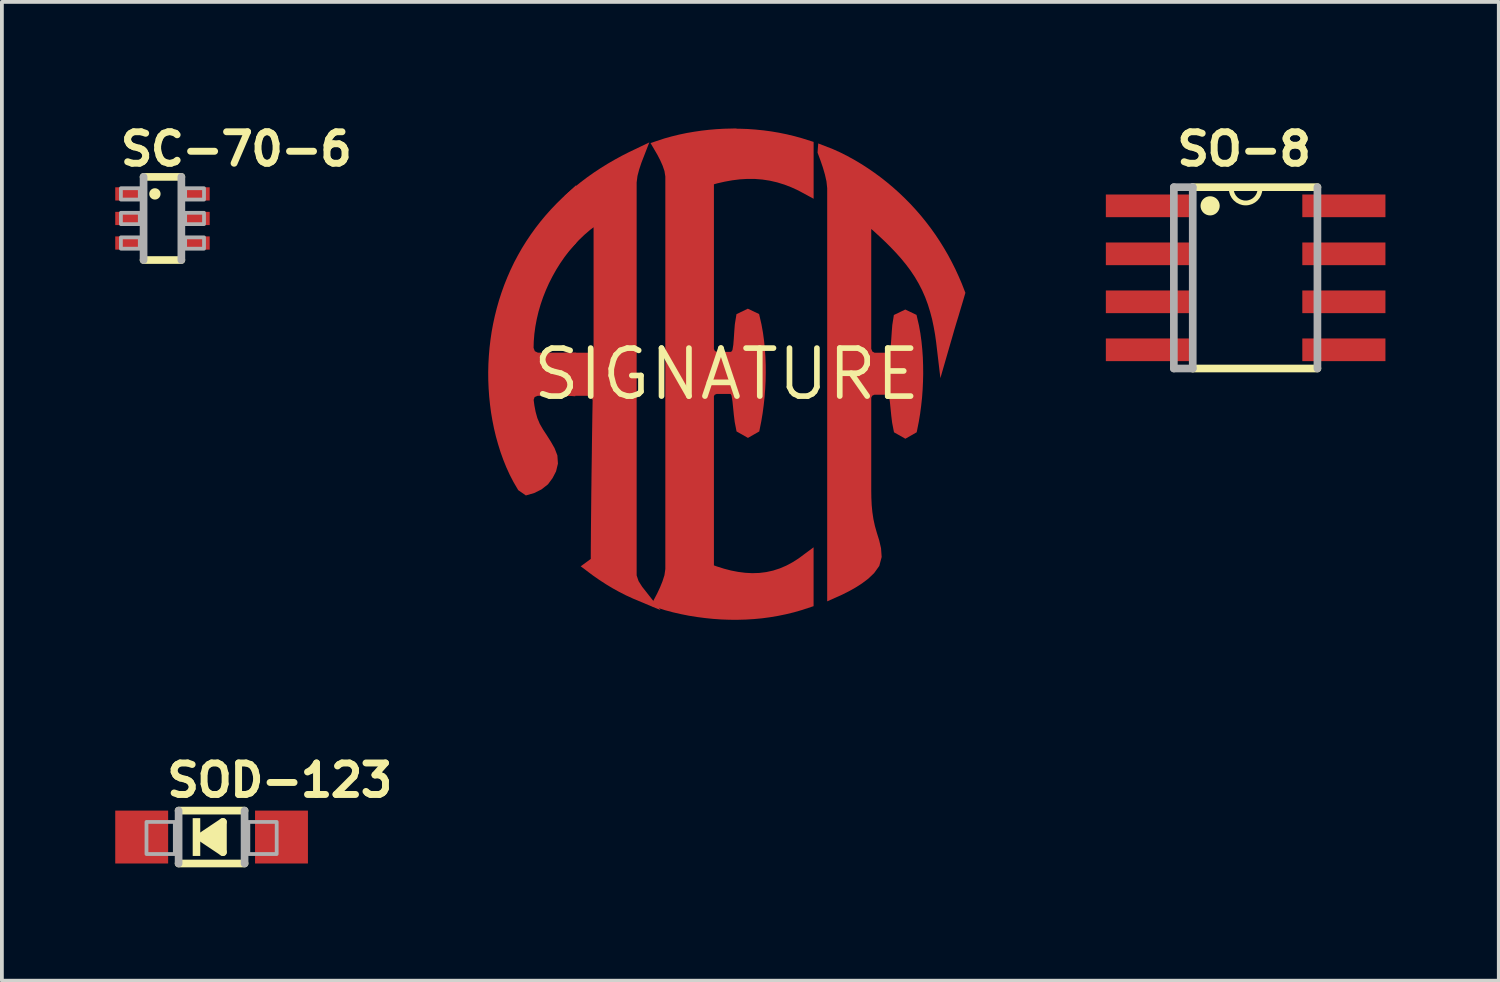
<source format=kicad_pcb>
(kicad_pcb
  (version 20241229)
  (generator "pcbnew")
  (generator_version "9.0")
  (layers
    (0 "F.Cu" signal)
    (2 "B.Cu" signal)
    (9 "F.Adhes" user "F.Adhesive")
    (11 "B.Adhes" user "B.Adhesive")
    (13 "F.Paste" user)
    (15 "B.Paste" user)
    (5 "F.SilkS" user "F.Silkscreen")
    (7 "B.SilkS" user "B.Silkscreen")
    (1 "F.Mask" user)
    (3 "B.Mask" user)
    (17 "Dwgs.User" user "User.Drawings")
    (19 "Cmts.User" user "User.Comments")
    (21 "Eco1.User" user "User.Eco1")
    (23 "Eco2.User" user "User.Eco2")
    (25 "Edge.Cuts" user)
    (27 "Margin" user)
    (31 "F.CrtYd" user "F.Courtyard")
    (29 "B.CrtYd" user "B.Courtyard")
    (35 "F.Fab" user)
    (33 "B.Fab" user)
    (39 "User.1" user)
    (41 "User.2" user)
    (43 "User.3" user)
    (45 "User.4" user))
  (footprint "SC-70-6"
    (layer "F.Cu")
    (at 1.25 2.732)
    (property "Reference" "SC-70-6" (at -1.2 -1.35 0) (unlocked yes) (layer "F.SilkS") (effects (font (size 0.833 0.833) (thickness 0.183)) (justify left bottom)))
    (fp_line (start -0.5 -1.1) (end 0.5 -1.1) (stroke (width 0.203) (type solid)) (layer "F.SilkS"))
    (fp_line (start 0.5 1.1) (end -0.5 1.1) (stroke (width 0.203) (type solid)) (layer "F.SilkS"))
    (fp_circle (center -0.2 -0.65) (end -0.125 -0.65) (stroke (width 0.15) (type solid)) (fill yes) (layer "F.SilkS"))
    (fp_line (start -0.5 1.1) (end -0.5 -1.1) (stroke (width 0.203) (type solid)) (layer "F.Fab"))
    (fp_line (start 0.5 -1.1) (end 0.5 1.1) (stroke (width 0.203) (type solid)) (layer "F.Fab"))
    (fp_poly (pts (xy -1.1 -0.8) (xy -1.1 -0.5) (xy -0.6 -0.5) (xy -0.6 -0.8)) (stroke (width 0.1) (type default)) (fill no) (layer "F.Fab"))
    (fp_poly (pts (xy -1.1 -0.15) (xy -1.1 0.15) (xy -0.6 0.15) (xy -0.6 -0.15)) (stroke (width 0.1) (type default)) (fill no) (layer "F.Fab"))
    (fp_poly (pts (xy -1.1 0.5) (xy -1.1 0.8) (xy -0.6 0.8) (xy -0.6 0.5)) (stroke (width 0.1) (type default)) (fill no) (layer "F.Fab"))
    (fp_poly (pts (xy 0.6 -0.8) (xy 0.6 -0.5) (xy 1.1 -0.5) (xy 1.1 -0.8)) (stroke (width 0.1) (type default)) (fill no) (layer "F.Fab"))
    (fp_poly (pts (xy 0.6 -0.15) (xy 0.6 0.15) (xy 1.1 0.15) (xy 1.1 -0.15)) (stroke (width 0.1) (type default)) (fill no) (layer "F.Fab"))
    (fp_poly (pts (xy 0.6 0.5) (xy 0.6 0.8) (xy 1.1 0.8) (xy 1.1 0.5)) (stroke (width 0.1) (type default)) (fill no) (layer "F.Fab"))
    (pad "1" smd rect (at -0.85 -0.65 270) (size 0.35 0.8) (layers "F.Cu" "F.Mask" "F.Paste"))
    (pad "2" smd rect (at -0.85 0 270) (size 0.35 0.8) (layers "F.Cu" "F.Mask" "F.Paste"))
    (pad "3" smd rect (at -0.85 0.65 270) (size 0.35 0.8) (layers "F.Cu" "F.Mask" "F.Paste"))
    (pad "4" smd rect (at 0.85 0.65 270) (size 0.35 0.8) (layers "F.Cu" "F.Mask" "F.Paste"))
    (pad "5" smd rect (at 0.85 0 270) (size 0.35 0.8) (layers "F.Cu" "F.Mask" "F.Paste"))
    (pad "6" smd rect (at 0.85 -0.65 270) (size 0.35 0.8) (layers "F.Cu" "F.Mask" "F.Paste")))
  (footprint "SIGNATURE"
    (layer "F.Cu")
    (at 16.182 6.853)
    (property "Reference" "SIGNATURE" (at 0 0 0) (layer "F.SilkS") (effects (font (size 1.27 1.27) (thickness 0.15))))
    (fp_poly (pts (xy -2.255 -5.598) (xy -2.314 -5.421) (xy -2.36 -5.247) (xy -2.382 -5.074) (xy -2.382 5.326) (xy -2.331 5.477) (xy -2.235 5.628) (xy -1.749 6.245) (xy -2.477 5.94) (xy -2.663 5.855) (xy -2.845 5.762) (xy -3.024 5.663) (xy -3.198 5.558) (xy -3.37 5.446) (xy -3.537 5.33) (xy -3.863 5.085) (xy -3.596 4.89) (xy -3.596 4.762) (xy -3.595 4.557) (xy -3.593 4.352) (xy -3.592 4.147) (xy -3.59 3.941) (xy -3.588 3.736) (xy -3.586 3.531) (xy -3.584 3.325) (xy -3.582 3.12) (xy -3.579 2.915) (xy -3.577 2.71) (xy -3.574 2.505) (xy -3.571 2.3) (xy -3.568 2.095) (xy -3.566 1.89) (xy -3.563 1.684) (xy -3.56 1.479) (xy -3.557 1.275) (xy -3.554 1.07) (xy -3.55 0.864) (xy -3.547 0.687) (xy -3.578 0.605) (xy -3.657 0.572) (xy -4.005 0.572) (xy -4.007 0.586) (xy -4.288 0.563) (xy -4.288 -0.567) (xy -3.658 -0.567) (xy -3.563 -0.607) (xy -3.522 -0.698) (xy -3.522 -3.888) (xy -3.613 -3.819) (xy -3.763 -3.69) (xy -3.907 -3.552) (xy -4.288 -3.144) (xy -4.288 -4.72) (xy -4.187 -4.812) (xy -4.023 -4.952) (xy -3.856 -5.086) (xy -3.685 -5.215) (xy -3.509 -5.339) (xy -3.33 -5.457) (xy -3.148 -5.57) (xy -2.963 -5.677) (xy -2.775 -5.78) (xy -2.584 -5.877) (xy -2.047 -6.134)) (stroke (width 0) (type default)) (fill yes) (layer "F.Cu"))
    (fp_poly (pts (xy -3.983 -3.474) (xy -4.043 -3.409) (xy -4.172 -3.256) (xy -4.293 -3.096) (xy -4.407 -2.931) (xy -4.513 -2.761) (xy -4.611 -2.586) (xy -4.702 -2.407) (xy -4.784 -2.223) (xy -4.858 -2.037) (xy -4.923 -1.847) (xy -4.979 -1.655) (xy -5.025 -1.46) (xy -5.062 -1.264) (xy -5.089 -1.066) (xy -5.105 -0.867) (xy -5.11 -0.695) (xy -5.076 -0.608) (xy -4.996 -0.569) (xy -3.983 -0.569) (xy -3.983 0.513) (xy -4.099 0.573) (xy -5.002 0.573) (xy -5.082 0.606) (xy -5.108 0.679) (xy -5.089 0.824) (xy -5.056 0.997) (xy -5.01 1.162) (xy -4.945 1.317) (xy -4.858 1.467) (xy -4.757 1.621) (xy -4.654 1.784) (xy -4.554 1.959) (xy -4.48 2.15) (xy -4.465 2.367) (xy -4.515 2.573) (xy -4.608 2.752) (xy -4.729 2.916) (xy -4.902 3.051) (xy -5.093 3.146) (xy -5.314 3.21) (xy -5.516 3.07) (xy -5.641 2.856) (xy -5.741 2.663) (xy -5.831 2.466) (xy -5.912 2.265) (xy -5.985 2.062) (xy -6.049 1.856) (xy -6.107 1.649) (xy -6.157 1.439) (xy -6.199 1.229) (xy -6.235 1.017) (xy -6.263 0.804) (xy -6.285 0.591) (xy -6.3 0.376) (xy -6.309 0.162) (xy -6.311 -0.053) (xy -6.306 -0.267) (xy -6.294 -0.482) (xy -6.276 -0.696) (xy -6.251 -0.909) (xy -6.22 -1.121) (xy -6.181 -1.332) (xy -6.135 -1.543) (xy -6.083 -1.751) (xy -6.024 -1.958) (xy -5.958 -2.162) (xy -5.885 -2.365) (xy -5.805 -2.564) (xy -5.719 -2.761) (xy -5.626 -2.955) (xy -5.525 -3.145) (xy -5.419 -3.332) (xy -5.305 -3.515) (xy -5.185 -3.694) (xy -5.06 -3.868) (xy -4.928 -4.038) (xy -4.79 -4.204) (xy -4.647 -4.364) (xy -4.499 -4.519) (xy -4.345 -4.67) (xy -3.983 -5.002)) (stroke (width 0) (type default)) (fill yes) (layer "F.Cu"))
    (fp_poly (pts (xy 2.811 -5.957) (xy 3.006 -5.869) (xy 3.194 -5.774) (xy 3.38 -5.672) (xy 3.561 -5.564) (xy 3.738 -5.45) (xy 3.911 -5.331) (xy 4.081 -5.206) (xy 4.246 -5.076) (xy 4.408 -4.94) (xy 4.564 -4.8) (xy 4.716 -4.655) (xy 4.864 -4.505) (xy 5.007 -4.35) (xy 5.145 -4.191) (xy 5.277 -4.028) (xy 5.405 -3.86) (xy 5.527 -3.689) (xy 5.643 -3.514) (xy 5.754 -3.335) (xy 5.86 -3.153) (xy 5.959 -2.967) (xy 6.053 -2.78) (xy 6.141 -2.589) (xy 6.224 -2.396) (xy 6.319 -2.153) (xy 6.25 -1.918) (xy 6.194 -1.732) (xy 6.139 -1.546) (xy 6.082 -1.361) (xy 6.027 -1.177) (xy 5.974 -0.991) (xy 5.92 -0.806) (xy 5.657 0.105) (xy 5.544 -0.851) (xy 5.515 -1.055) (xy 5.479 -1.256) (xy 5.437 -1.456) (xy 5.385 -1.652) (xy 5.325 -1.846) (xy 5.255 -2.035) (xy 5.174 -2.219) (xy 5.082 -2.398) (xy 4.98 -2.572) (xy 4.868 -2.74) (xy 4.747 -2.902) (xy 4.618 -3.059) (xy 4.482 -3.212) (xy 4.34 -3.361) (xy 4.194 -3.506) (xy 4.043 -3.648) (xy 3.89 -3.788) (xy 3.827 -3.843) (xy 3.827 -0.673) (xy 3.856 -0.6) (xy 3.914 -0.568) (xy 4.285 -0.568) (xy 4.32 -0.614) (xy 4.343 -0.752) (xy 4.357 -0.927) (xy 4.369 -1.11) (xy 4.384 -1.3) (xy 4.426 -1.566) (xy 4.728 -1.711) (xy 5.025 -1.569) (xy 5.09 -1.29) (xy 5.128 -1.078) (xy 5.157 -0.865) (xy 5.178 -0.652) (xy 5.193 -0.438) (xy 5.2 -0.225) (xy 5.202 -0.011) (xy 5.197 0.202) (xy 5.187 0.415) (xy 5.171 0.628) (xy 5.148 0.84) (xy 5.12 1.051) (xy 5.085 1.262) (xy 5.03 1.538) (xy 4.73 1.709) (xy 4.429 1.538) (xy 4.38 1.285) (xy 4.357 1.098) (xy 4.339 0.917) (xy 4.321 0.741) (xy 4.298 0.592) (xy 4.271 0.545) (xy 3.909 0.545) (xy 3.853 0.57) (xy 3.827 0.623) (xy 3.827 3.08) (xy 3.83 3.273) (xy 3.839 3.464) (xy 3.857 3.653) (xy 3.885 3.838) (xy 3.925 4.021) (xy 3.977 4.204) (xy 4.037 4.396) (xy 4.086 4.605) (xy 4.103 4.839) (xy 4.04 5.075) (xy 3.903 5.266) (xy 3.746 5.415) (xy 3.581 5.539) (xy 3.409 5.649) (xy 3.234 5.747) (xy 3.055 5.837) (xy 2.661 6.013) (xy 2.661 -4.923) (xy 2.642 -5.102) (xy 2.601 -5.283) (xy 2.548 -5.466) (xy 2.486 -5.648) (xy 2.406 -5.863) (xy 2.424 -6.107)) (stroke (width 0) (type default)) (fill yes) (layer "F.Cu"))
    (fp_poly (pts (xy 0.257 -6.497) (xy 0.345 -6.496) (xy 0.554 -6.489) (xy 0.763 -6.474) (xy 0.972 -6.453) (xy 1.18 -6.425) (xy 1.386 -6.39) (xy 1.592 -6.348) (xy 1.796 -6.299) (xy 1.998 -6.243) (xy 2.302 -6.147) (xy 2.302 -4.642) (xy 1.897 -4.861) (xy 1.714 -4.945) (xy 1.528 -5.017) (xy 1.337 -5.076) (xy 1.143 -5.121) (xy 0.947 -5.151) (xy 0.748 -5.167) (xy 0.548 -5.168) (xy 0.348 -5.156) (xy 0.148 -5.131) (xy -0.051 -5.095) (xy -0.249 -5.05) (xy -0.337 -5.025) (xy -0.337 -0.667) (xy -0.312 -0.614) (xy -0.258 -0.59) (xy 0.118 -0.59) (xy 0.153 -0.636) (xy 0.176 -0.774) (xy 0.19 -0.949) (xy 0.202 -1.132) (xy 0.217 -1.322) (xy 0.26 -1.588) (xy 0.561 -1.733) (xy 0.859 -1.591) (xy 0.923 -1.312) (xy 0.961 -1.099) (xy 0.99 -0.887) (xy 1.011 -0.673) (xy 1.026 -0.46) (xy 1.034 -0.246) (xy 1.035 -0.033) (xy 1.031 0.181) (xy 1.02 0.394) (xy 1.004 0.606) (xy 0.981 0.818) (xy 0.953 1.03) (xy 0.918 1.241) (xy 0.863 1.516) (xy 0.564 1.687) (xy 0.262 1.516) (xy 0.213 1.264) (xy 0.19 1.077) (xy 0.172 0.895) (xy 0.154 0.719) (xy 0.131 0.571) (xy 0.105 0.523) (xy -0.262 0.523) (xy -0.315 0.544) (xy -0.337 0.581) (xy -0.337 5.061) (xy -0.253 5.091) (xy -0.068 5.149) (xy 0.117 5.197) (xy 0.304 5.233) (xy 0.491 5.257) (xy 0.678 5.267) (xy 0.865 5.261) (xy 1.049 5.238) (xy 1.23 5.198) (xy 1.406 5.141) (xy 1.577 5.068) (xy 1.743 4.979) (xy 1.902 4.878) (xy 2.301 4.582) (xy 2.301 6.14) (xy 1.993 6.242) (xy 1.785 6.302) (xy 1.575 6.353) (xy 1.363 6.397) (xy 1.15 6.433) (xy 0.935 6.462) (xy 0.72 6.482) (xy 0.504 6.495) (xy 0.288 6.501) (xy 0.073 6.5) (xy -0.143 6.492) (xy -0.358 6.477) (xy -0.572 6.455) (xy -0.786 6.427) (xy -0.999 6.393) (xy -1.21 6.351) (xy -1.421 6.303) (xy -1.63 6.247) (xy -2.009 6.128) (xy -1.839 5.805) (xy -1.763 5.643) (xy -1.697 5.479) (xy -1.646 5.319) (xy -1.623 5.158) (xy -1.623 -5.233) (xy -1.646 -5.376) (xy -1.695 -5.519) (xy -1.76 -5.665) (xy -1.835 -5.81) (xy -2.015 -6.117) (xy -1.647 -6.239) (xy -1.453 -6.293) (xy -1.257 -6.341) (xy -1.061 -6.382) (xy -0.863 -6.416) (xy -0.665 -6.445) (xy -0.465 -6.468) (xy -0.266 -6.485) (xy -0.066 -6.496) (xy 0.255 -6.504)) (stroke (width 0) (type default)) (fill yes) (layer "F.Cu"))
    (zone (net_name "") (layer "F.Cu") (hatch edge 0.5) (connect_pads) (min_thickness 0.25) (filled_areas_thickness no) (keepout (tracks not_allowed) (vias not_allowed) (pads not_allowed) (copperpour not_allowed) (footprints allowed)) (placement (enabled no)) (fill) (polygon (pts (xy 23.218 6.853) (xy 23.198 6.328) (xy 23.138 5.806) (xy 23.037 5.29) (xy 22.898 4.784) (xy 22.721 4.289) (xy 22.506 3.81) (xy 22.255 3.348) (xy 21.969 2.907) (xy 21.651 2.49) (xy 21.301 2.097) (xy 20.923 1.733) (xy 20.517 1.399) (xy 20.088 1.097) (xy 19.636 0.828) (xy 19.165 0.595) (xy 18.678 0.399) (xy 18.177 0.24) (xy 17.666 0.12) (xy 17.146 0.04) (xy 16.623 0) (xy 16.097 0) (xy 15.573 0.04) (xy 15.054 0.12) (xy 14.543 0.24) (xy 14.042 0.399) (xy 13.554 0.595) (xy 13.084 0.828) (xy 12.632 1.097) (xy 12.202 1.399) (xy 11.797 1.733) (xy 11.419 2.097) (xy 11.069 2.49) (xy 10.751 2.907) (xy 10.465 3.348) (xy 10.214 3.81) (xy 9.999 4.289) (xy 9.822 4.784) (xy 9.682 5.29) (xy 9.582 5.806) (xy 9.522 6.328) (xy 9.502 6.853) (xy 9.522 7.378) (xy 9.582 7.9) (xy 9.682 8.416) (xy 9.822 8.922) (xy 9.999 9.417) (xy 10.214 9.896) (xy 10.465 10.358) (xy 10.751 10.799) (xy 11.069 11.216) (xy 11.419 11.609) (xy 11.797 11.973) (xy 12.202 12.307) (xy 12.632 12.609) (xy 13.084 12.878) (xy 13.554 13.111) (xy 14.042 13.307) (xy 14.543 13.466) (xy 15.054 13.586) (xy 15.573 13.666) (xy 16.097 13.706) (xy 16.623 13.706) (xy 17.146 13.666) (xy 17.666 13.586) (xy 18.177 13.466) (xy 18.678 13.307) (xy 19.165 13.111) (xy 19.636 12.878) (xy 20.088 12.609) (xy 20.517 12.307) (xy 20.923 11.973) (xy 21.301 11.609) (xy 21.651 11.216) (xy 21.969 10.799) (xy 22.255 10.358) (xy 22.506 9.896) (xy 22.721 9.417) (xy 22.898 8.922) (xy 23.037 8.416) (xy 23.138 7.9) (xy 23.198 7.378)))))
  (footprint "SO-8"
    (layer "F.Cu")
    (at 29.918 4.303)
    (property "Reference" "SO-8" (at -1.905 -2.921 0) (unlocked yes) (layer "F.SilkS") (effects (font (size 0.833 0.833) (thickness 0.183)) (justify left bottom)))
    (fp_line (start -1.4 -2.4) (end 1.9 -2.4) (stroke (width 0.203) (type solid)) (layer "F.SilkS"))
    (fp_line (start 1.9 2.4) (end -1.4 2.4) (stroke (width 0.203) (type solid)) (layer "F.SilkS"))
    (fp_arc (start 0.381 -2.3622) (mid 0 -1.9812) (end -0.381 -2.3622) (stroke (width 0.127) (type solid)) (layer "F.SilkS"))
    (fp_circle (center -0.94 -1.905) (end -0.813 -1.905) (stroke (width 0.254) (type solid)) (fill yes) (layer "F.SilkS"))
    (fp_line (start -1.9 -2.4) (end -1.4 -2.4) (stroke (width 0.203) (type solid)) (layer "F.Fab"))
    (fp_line (start -1.9 2.4) (end -1.9 -2.4) (stroke (width 0.203) (type solid)) (layer "F.Fab"))
    (fp_line (start -1.4 2.4) (end -1.9 2.4) (stroke (width 0.203) (type solid)) (layer "F.Fab"))
    (fp_line (start -1.4 2.4) (end -1.4 -2.4) (stroke (width 0.203) (type solid)) (layer "F.Fab"))
    (fp_line (start 1.9 -2.4) (end 1.9 2.4) (stroke (width 0.203) (type solid)) (layer "F.Fab"))
    (pad "1" smd rect (at -2.6 -1.905 270) (size 0.6 2.2) (layers "F.Cu" "F.Mask" "F.Paste"))
    (pad "2" smd rect (at -2.6 -0.635 270) (size 0.6 2.2) (layers "F.Cu" "F.Mask" "F.Paste"))
    (pad "3" smd rect (at -2.6 0.635 270) (size 0.6 2.2) (layers "F.Cu" "F.Mask" "F.Paste"))
    (pad "4" smd rect (at -2.6 1.905 270) (size 0.6 2.2) (layers "F.Cu" "F.Mask" "F.Paste"))
    (pad "5" smd rect (at 2.6 1.905 270) (size 0.6 2.2) (layers "F.Cu" "F.Mask" "F.Paste"))
    (pad "6" smd rect (at 2.6 0.635 270) (size 0.6 2.2) (layers "F.Cu" "F.Mask" "F.Paste"))
    (pad "7" smd rect (at 2.6 -0.635 270) (size 0.6 2.2) (layers "F.Cu" "F.Mask" "F.Paste"))
    (pad "8" smd rect (at 2.6 -1.905 270) (size 0.6 2.2) (layers "F.Cu" "F.Mask" "F.Paste")))
  (footprint "SOD-123"
    (layer "F.Cu")
    (at 2.55 19.104)
    (property "Reference" "SOD-123" (at -1.27 -1.016 0) (unlocked yes) (layer "F.SilkS") (effects (font (size 0.833 0.833) (thickness 0.183)) (justify left bottom)))
    (fp_line (start -0.873 -0.7) (end 0.873 -0.7) (stroke (width 0.203) (type solid)) (layer "F.SilkS"))
    (fp_line (start -0.3 0) (end 0.3 -0.4) (stroke (width 0.203) (type solid)) (layer "F.SilkS"))
    (fp_line (start 0.3 -0.4) (end 0.3 0.4) (stroke (width 0.203) (type solid)) (layer "F.SilkS"))
    (fp_line (start 0.3 0.4) (end -0.3 0) (stroke (width 0.203) (type solid)) (layer "F.SilkS"))
    (fp_line (start 0.873 0.7) (end -0.873 0.7) (stroke (width 0.203) (type solid)) (layer "F.SilkS"))
    (fp_poly (pts (xy 0.302 0.39) (xy -0.283 0) (xy 0.302 -0.39)) (stroke (width 0) (type default)) (fill yes) (layer "F.SilkS"))
    (fp_poly (pts (xy -0.5 0.5) (xy -0.3 0.5) (xy -0.3 -0.5) (xy -0.5 -0.5)) (stroke (width 0) (type default)) (fill yes) (layer "F.SilkS"))
    (fp_line (start -0.873 0.7) (end -0.873 -0.7) (stroke (width 0.203) (type solid)) (layer "F.Fab"))
    (fp_line (start 0.873 -0.7) (end 0.873 0.7) (stroke (width 0.203) (type solid)) (layer "F.Fab"))
    (fp_poly (pts (xy -1.723 0.45) (xy -0.973 0.45) (xy -0.973 -0.4) (xy -1.723 -0.4)) (stroke (width 0.1) (type default)) (fill no) (layer "F.Fab"))
    (fp_poly (pts (xy 0.973 0.45) (xy 1.723 0.45) (xy 1.723 -0.4) (xy 0.973 -0.4)) (stroke (width 0.1) (type default)) (fill no) (layer "F.Fab"))
    (pad "A" smd rect (at 1.85 0 90) (size 1.4 1.4) (layers "F.Cu" "F.Mask" "F.Paste"))
    (pad "C" smd rect (at -1.85 0 90) (size 1.4 1.4) (layers "F.Cu" "F.Mask" "F.Paste")))
  (gr_rect
    (start -3 -3)
    (end 36.618 22.905)
    (stroke (width 0.1) (type default))
    (fill no)
    (layer "Edge.Cuts")))
</source>
